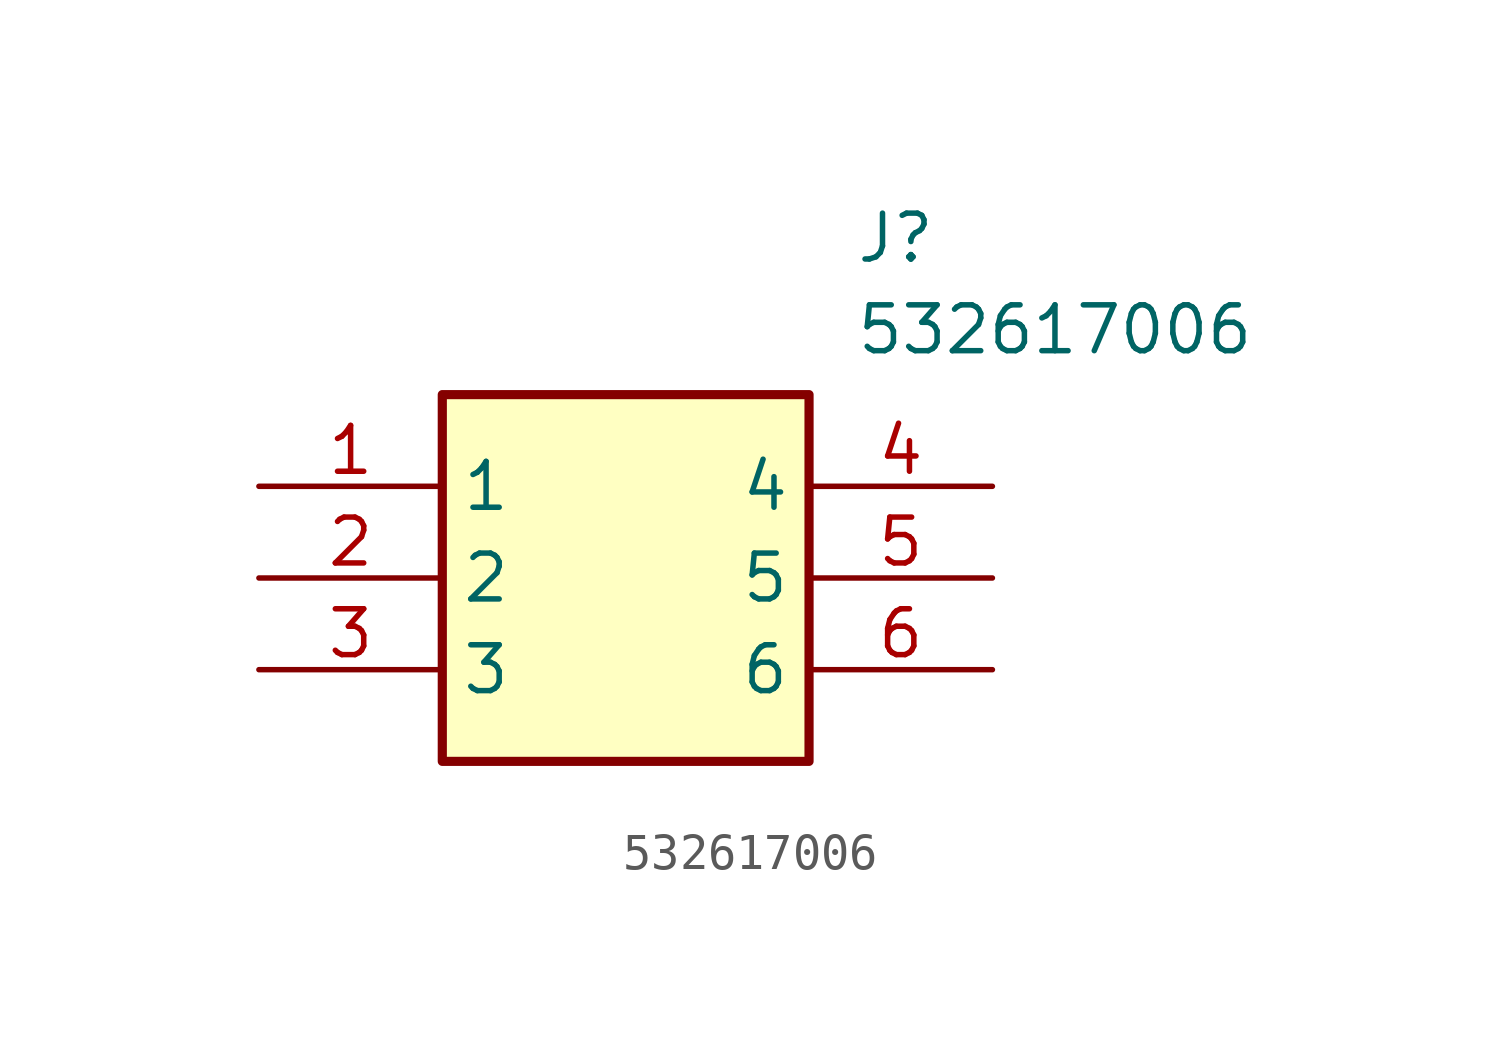
<source format=kicad_sym>
(kicad_symbol_lib
  (version 20211014)
  (generator SamacSys_ECAD_Model)
  (symbol "532617006"
    (property "Reference" "J"
      (at 16.51 7.62 0)
      (effects (font (size 1.27 1.27)) (justify left top)))
    (property "Value" "532617006"
      (at 16.51 5.08 0)
      (effects (font (size 1.27 1.27)) (justify left top)))
    (rectangle
      (start 5.08 2.54)
      (end 15.24 -7.62)
      (stroke (width 0.254) (type default))
      (fill (type background)))
    (pin passive line
      (at 0 0 0)
      (length 5.08)
      (name "1" (effects (font (size 1.27 1.27))))
      (number "1" (effects (font (size 1.27 1.27)))))
    (pin passive line
      (at 0 -2.54 0)
      (length 5.08)
      (name "2" (effects (font (size 1.27 1.27))))
      (number "2" (effects (font (size 1.27 1.27)))))
    (pin passive line
      (at 0 -5.08 0)
      (length 5.08)
      (name "3" (effects (font (size 1.27 1.27))))
      (number "3" (effects (font (size 1.27 1.27)))))
    (pin passive line
      (at 20.32 0 180)
      (length 5.08)
      (name "4" (effects (font (size 1.27 1.27))))
      (number "4" (effects (font (size 1.27 1.27)))))
    (pin passive line
      (at 20.32 -2.54 180)
      (length 5.08)
      (name "5" (effects (font (size 1.27 1.27))))
      (number "5" (effects (font (size 1.27 1.27)))))
    (pin passive line
      (at 20.32 -5.08 180)
      (length 5.08)
      (name "6" (effects (font (size 1.27 1.27))))
      (number "6" (effects (font (size 1.27 1.27)))))))
</source>
